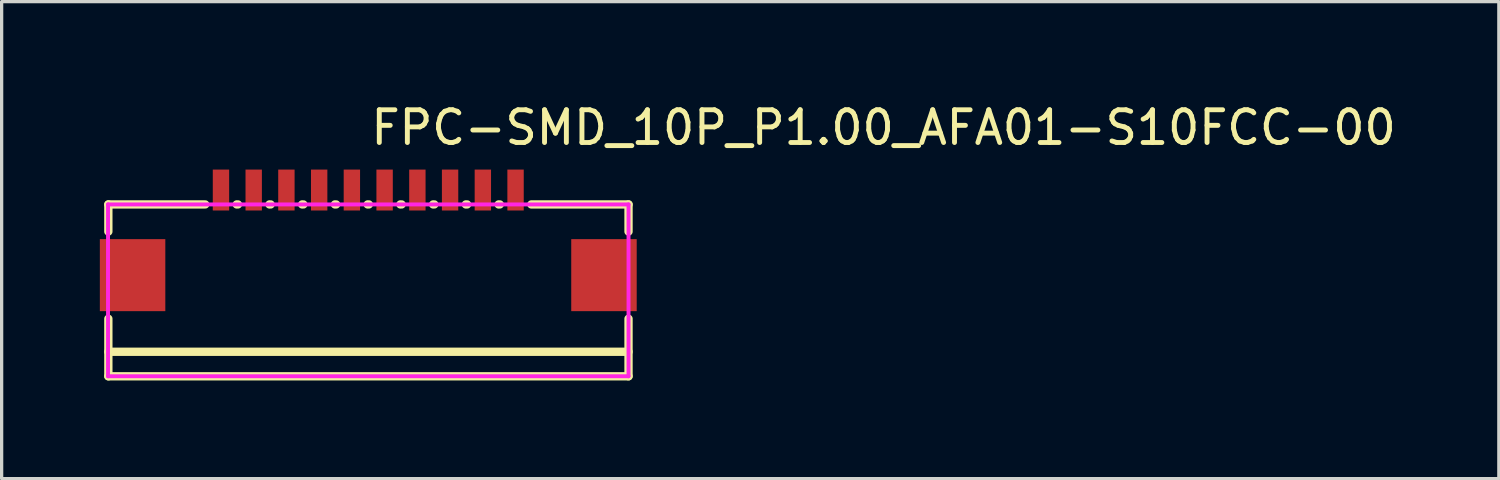
<source format=kicad_pcb>
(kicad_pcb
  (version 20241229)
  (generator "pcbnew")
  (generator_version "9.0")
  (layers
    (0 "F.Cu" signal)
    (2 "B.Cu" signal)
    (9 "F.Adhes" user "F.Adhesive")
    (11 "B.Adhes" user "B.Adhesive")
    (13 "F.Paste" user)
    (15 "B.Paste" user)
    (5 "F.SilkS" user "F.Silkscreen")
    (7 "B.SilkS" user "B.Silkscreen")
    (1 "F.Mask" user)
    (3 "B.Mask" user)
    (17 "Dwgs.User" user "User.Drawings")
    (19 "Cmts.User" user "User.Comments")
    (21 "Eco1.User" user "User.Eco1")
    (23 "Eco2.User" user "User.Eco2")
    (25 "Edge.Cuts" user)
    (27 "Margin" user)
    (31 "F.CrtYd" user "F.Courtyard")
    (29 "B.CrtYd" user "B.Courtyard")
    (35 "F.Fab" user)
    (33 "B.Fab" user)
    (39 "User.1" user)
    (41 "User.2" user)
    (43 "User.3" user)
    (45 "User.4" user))
  (footprint "FPC-SMD_10P_P1.00_AFA01-S10FCC-00"
    (layer "F.Cu")
    (at 8.2 4.055)
    (property "Reference" "FPC-SMD_10P_P1.00_AFA01-S10FCC-00" (at 0 -3.207 0) (layer "F.SilkS") (effects (font (size 1 1) (thickness 0.15)) (justify left)))
    (attr through_hole)
    (fp_line (start -7.94 -0.86) (end -7.94 -0.031) (stroke (width 0.254) (type solid)) (layer "F.SilkS"))
    (fp_line (start -7.94 -0.86) (end -4.981 -0.86) (stroke (width 0.254) (type solid)) (layer "F.SilkS"))
    (fp_line (start -7.94 2.631) (end -7.94 4.39) (stroke (width 0.254) (type solid)) (layer "F.SilkS"))
    (fp_line (start -7.94 3.64) (end 7.95 3.64) (stroke (width 0.254) (type solid)) (layer "F.SilkS"))
    (fp_line (start -7.94 4.39) (end 7.95 4.39) (stroke (width 0.254) (type solid)) (layer "F.SilkS"))
    (fp_line (start -4.019 -0.86) (end -3.981 -0.86) (stroke (width 0.254) (type solid)) (layer "F.SilkS"))
    (fp_line (start -3.019 -0.86) (end -2.982 -0.86) (stroke (width 0.254) (type solid)) (layer "F.SilkS"))
    (fp_line (start -2.02 -0.86) (end -1.981 -0.86) (stroke (width 0.254) (type solid)) (layer "F.SilkS"))
    (fp_line (start -1.019 -0.86) (end -0.982 -0.86) (stroke (width 0.254) (type solid)) (layer "F.SilkS"))
    (fp_line (start -0.019 -0.86) (end 0.018 -0.86) (stroke (width 0.254) (type solid)) (layer "F.SilkS"))
    (fp_line (start 0.98 -0.86) (end 1.019 -0.86) (stroke (width 0.254) (type solid)) (layer "F.SilkS"))
    (fp_line (start 1.981 -0.86) (end 2.018 -0.86) (stroke (width 0.254) (type solid)) (layer "F.SilkS"))
    (fp_line (start 2.98 -0.86) (end 3.019 -0.86) (stroke (width 0.254) (type solid)) (layer "F.SilkS"))
    (fp_line (start 3.981 -0.86) (end 4.018 -0.86) (stroke (width 0.254) (type solid)) (layer "F.SilkS"))
    (fp_line (start 4.981 -0.86) (end 7.95 -0.86) (stroke (width 0.254) (type solid)) (layer "F.SilkS"))
    (fp_line (start 7.95 -0.86) (end 7.95 -0.031) (stroke (width 0.254) (type solid)) (layer "F.SilkS"))
    (fp_line (start 7.95 4.39) (end 7.95 2.631) (stroke (width 0.254) (type solid)) (layer "F.SilkS"))
    (fp_circle (center -7.95 -1.561) (end -7.92 -1.561) (stroke (width 0.06) (type solid)) (fill no) (layer "Eco2.User"))
    (fp_poly (pts (xy -7.95 0.3) (xy -6.45 0.3) (xy -6.45 2.3) (xy -7.95 2.3)) (stroke (width 0.12) (type solid)) (fill no) (layer "Eco2.User"))
    (fp_poly (pts (xy -4.6 -1.561) (xy -4.4 -1.561) (xy -4.4 -0.811) (xy -4.6 -0.811)) (stroke (width 0.12) (type solid)) (fill no) (layer "Eco2.User"))
    (fp_poly (pts (xy -3.6 -1.561) (xy -3.4 -1.561) (xy -3.4 -0.811) (xy -3.6 -0.811)) (stroke (width 0.12) (type solid)) (fill no) (layer "Eco2.User"))
    (fp_poly (pts (xy -2.601 -1.561) (xy -2.401 -1.561) (xy -2.401 -0.811) (xy -2.601 -0.811)) (stroke (width 0.12) (type solid)) (fill no) (layer "Eco2.User"))
    (fp_poly (pts (xy -1.6 -1.561) (xy -1.4 -1.561) (xy -1.4 -0.811) (xy -1.6 -0.811)) (stroke (width 0.12) (type solid)) (fill no) (layer "Eco2.User"))
    (fp_poly (pts (xy -0.601 -1.561) (xy -0.401 -1.561) (xy -0.401 -0.811) (xy -0.601 -0.811)) (stroke (width 0.12) (type solid)) (fill no) (layer "Eco2.User"))
    (fp_poly (pts (xy 0.399 -1.561) (xy 0.599 -1.561) (xy 0.599 -0.811) (xy 0.399 -0.811)) (stroke (width 0.12) (type solid)) (fill no) (layer "Eco2.User"))
    (fp_poly (pts (xy 1.4 -1.561) (xy 1.6 -1.561) (xy 1.6 -0.811) (xy 1.4 -0.811)) (stroke (width 0.12) (type solid)) (fill no) (layer "Eco2.User"))
    (fp_poly (pts (xy 2.399 -1.561) (xy 2.599 -1.561) (xy 2.599 -0.811) (xy 2.399 -0.811)) (stroke (width 0.12) (type solid)) (fill no) (layer "Eco2.User"))
    (fp_poly (pts (xy 3.4 -1.561) (xy 3.6 -1.561) (xy 3.6 -0.811) (xy 3.4 -0.811)) (stroke (width 0.12) (type solid)) (fill no) (layer "Eco2.User"))
    (fp_poly (pts (xy 4.399 -1.561) (xy 4.599 -1.561) (xy 4.599 -0.811) (xy 4.399 -0.811)) (stroke (width 0.12) (type solid)) (fill no) (layer "Eco2.User"))
    (fp_poly (pts (xy 6.45 0.3) (xy 7.95 0.3) (xy 7.95 2.3) (xy 6.45 2.3)) (stroke (width 0.12) (type solid)) (fill no) (layer "Eco2.User"))
    (fp_line (start -7.95 -0.861) (end 7.95 -0.861) (stroke (width 0.12) (type solid)) (layer "F.CrtYd"))
    (fp_line (start -7.95 4.389) (end -7.95 -0.861) (stroke (width 0.12) (type solid)) (layer "F.CrtYd"))
    (fp_line (start 7.95 -0.861) (end 7.95 4.389) (stroke (width 0.12) (type solid)) (layer "F.CrtYd"))
    (fp_line (start 7.95 4.389) (end -7.95 4.389) (stroke (width 0.12) (type solid)) (layer "F.CrtYd"))
    (pad "1" smd rect (at -4.5 -1.3) (size 0.5 1.25) (layers "F.Cu" "F.Mask" "F.Paste"))
    (pad "2" smd rect (at -3.5 -1.3) (size 0.5 1.25) (layers "F.Cu" "F.Mask" "F.Paste"))
    (pad "3" smd rect (at -2.501 -1.3) (size 0.5 1.25) (layers "F.Cu" "F.Mask" "F.Paste"))
    (pad "4" smd rect (at -1.5 -1.3) (size 0.5 1.25) (layers "F.Cu" "F.Mask" "F.Paste"))
    (pad "5" smd rect (at -0.501 -1.3) (size 0.5 1.25) (layers "F.Cu" "F.Mask" "F.Paste"))
    (pad "6" smd rect (at 0.499 -1.3) (size 0.5 1.25) (layers "F.Cu" "F.Mask" "F.Paste"))
    (pad "7" smd rect (at 1.5 -1.3) (size 0.5 1.25) (layers "F.Cu" "F.Mask" "F.Paste"))
    (pad "8" smd rect (at 2.499 -1.3) (size 0.5 1.25) (layers "F.Cu" "F.Mask" "F.Paste"))
    (pad "9" smd rect (at 3.5 -1.3) (size 0.5 1.25) (layers "F.Cu" "F.Mask" "F.Paste"))
    (pad "10" smd rect (at 4.499 -1.3) (size 0.5 1.25) (layers "F.Cu" "F.Mask" "F.Paste"))
    (pad "11" smd rect (at -7.2 1.3) (size 2 2.2) (layers "F.Cu" "F.Mask" "F.Paste"))
    (pad "12" smd rect (at 7.2 1.3) (size 2 2.2) (layers "F.Cu" "F.Mask" "F.Paste")))
  (gr_rect
    (start -3 -3)
    (end 42.736 11.572)
    (stroke (width 0.1) (type default))
    (fill no)
    (layer "Edge.Cuts")))
</source>
